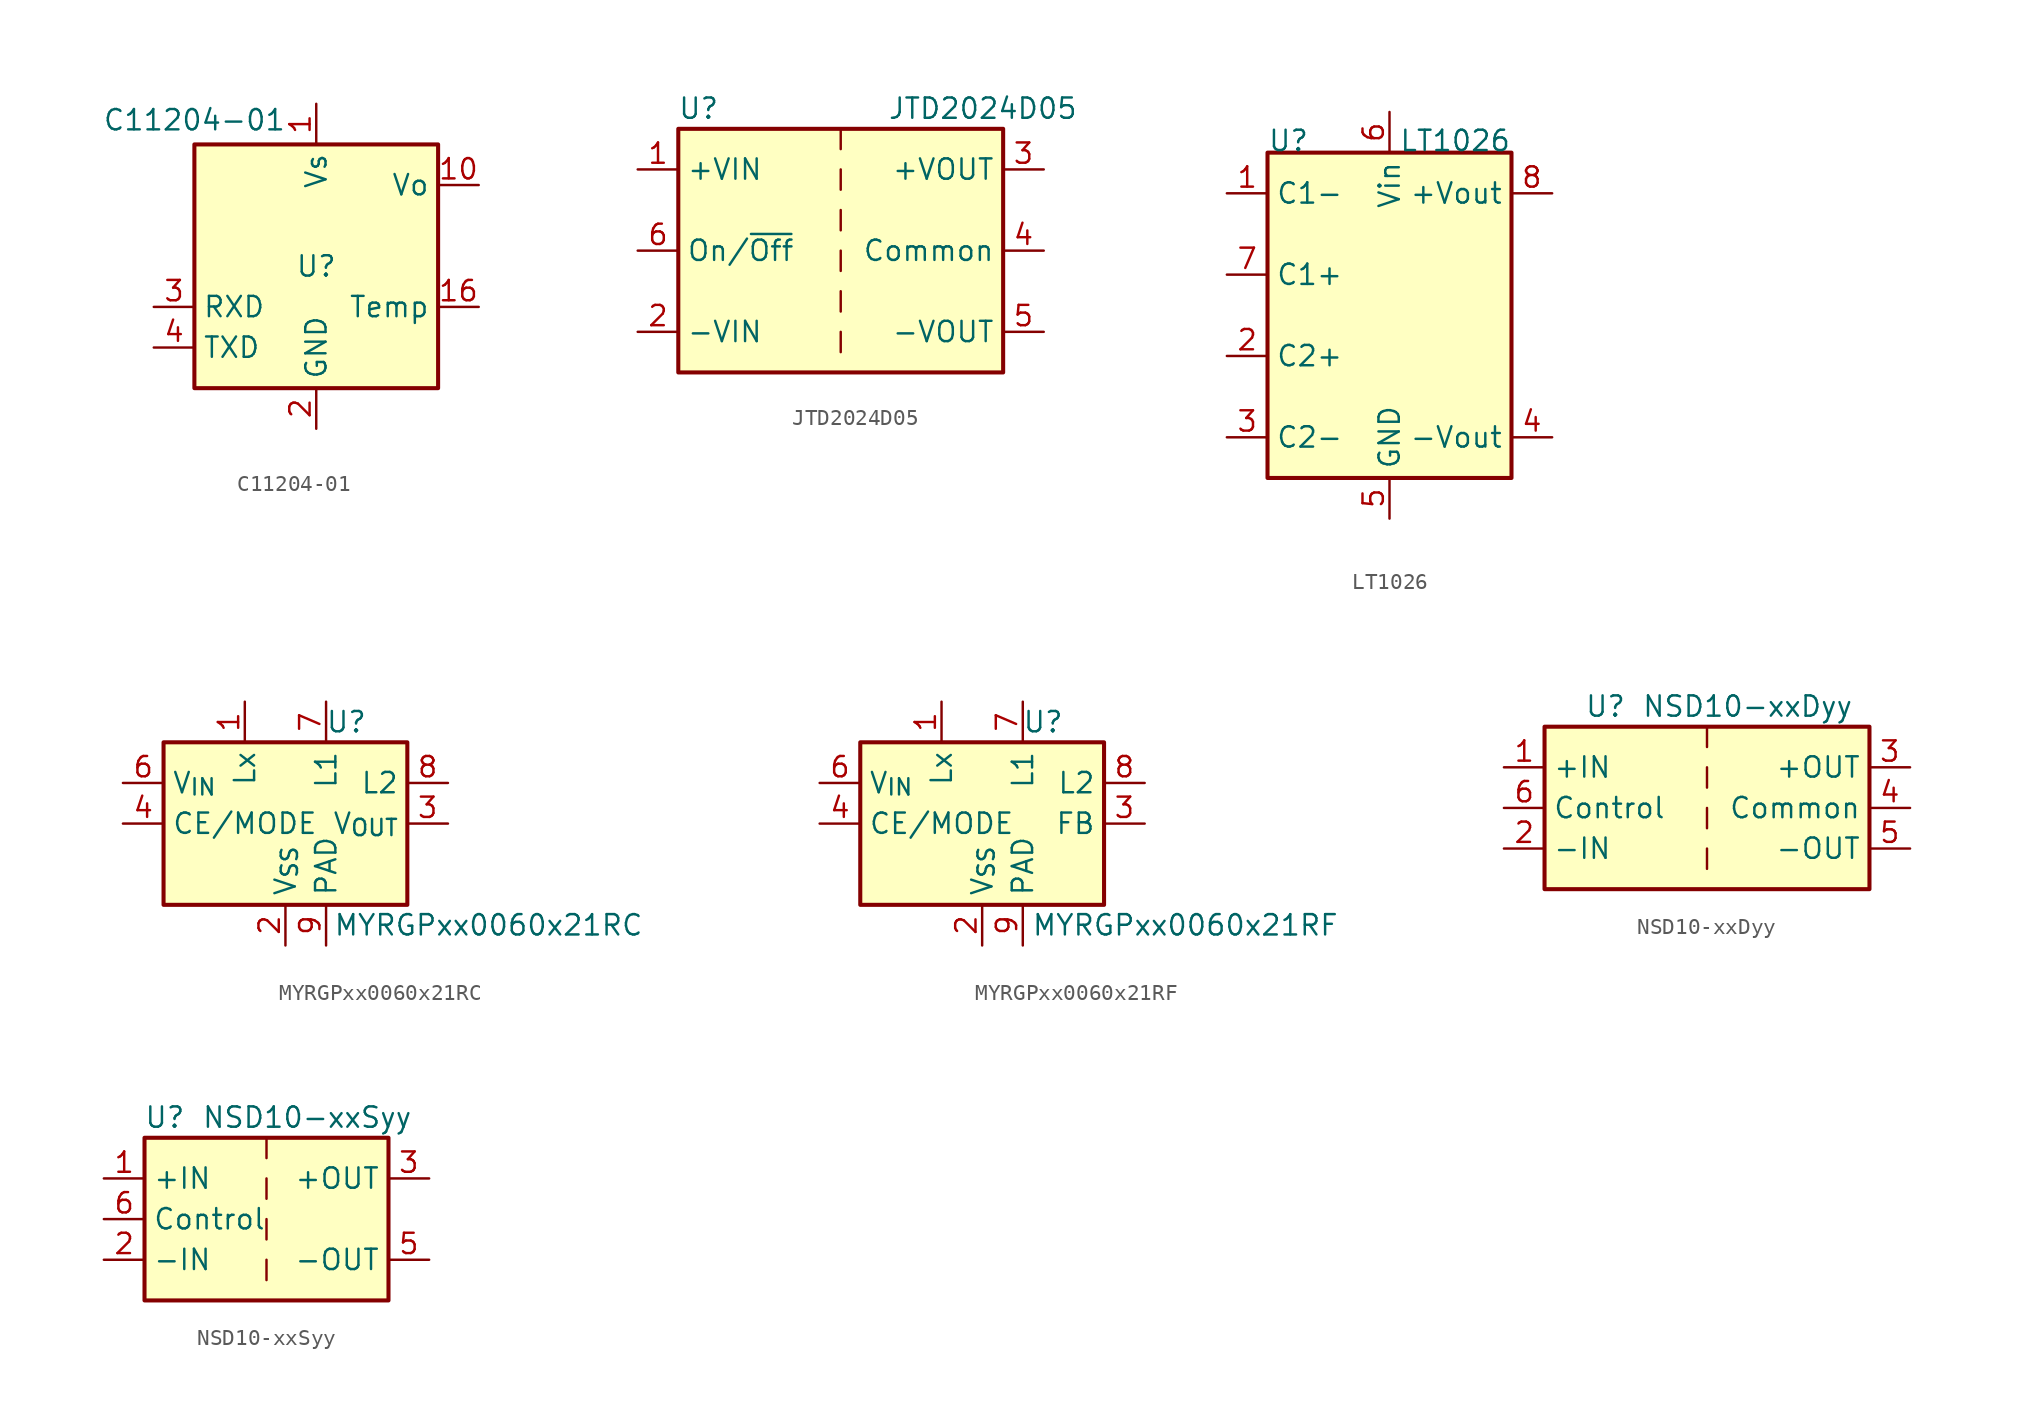
<source format=kicad_sym>
(kicad_symbol_lib
  (version 20241209)
  (generator "kicad_symbol_editor")
  (generator_version "9.0")
  (symbol "C11204-01"
    (property "Reference" "U"
      (at 0 0 0)
      (effects (font (size 1.27 1.27))))
    (property "Value" "C11204-01"
      (at -7.62 9.144 0)
      (effects (font (size 1.27 1.27))))
    (symbol "C11204-01_1_1"
      (rectangle (start -7.62 7.62) (end 7.62 -7.62) (stroke (width 0.254) (type solid)) (fill (type background)))
      (pin input line (at -10.16 -2.54 0) (length 2.54) (name "RXD" (effects (font (size 1.27 1.27)))) (number "3" (effects (font (size 1.27 1.27)))))
      (pin output line (at -10.16 -5.08 0) (length 2.54) (name "TXD" (effects (font (size 1.27 1.27)))) (number "4" (effects (font (size 1.27 1.27)))))
      (pin no_connect line (at -7.62 -10.16 90) (length 2.54) (hide yes) (name "NC" (effects (font (size 1.27 1.27)))) (number "6" (effects (font (size 1.27 1.27)))))
      (pin no_connect line (at -5.08 -10.16 90) (length 2.54) (hide yes) (name "NC" (effects (font (size 1.27 1.27)))) (number "7" (effects (font (size 1.27 1.27)))))
      (pin no_connect line (at -2.54 -10.16 90) (length 2.54) (hide yes) (name "NC" (effects (font (size 1.27 1.27)))) (number "11" (effects (font (size 1.27 1.27)))))
      (pin power_in line (at 0 10.16 270) (length 2.54) (name "Vs" (effects (font (size 1.27 1.27)))) (number "1" (effects (font (size 1.27 1.27)))))
      (pin passive line (at 0 -10.16 90) (length 2.54) (hide yes) (name "GND" (effects (font (size 1.27 1.27)))) (number "15" (effects (font (size 1.27 1.27)))))
      (pin power_in line (at 0 -10.16 90) (length 2.54) (name "GND" (effects (font (size 1.27 1.27)))) (number "2" (effects (font (size 1.27 1.27)))))
      (pin passive line (at 0 -10.16 90) (length 2.54) (hide yes) (name "GND" (effects (font (size 1.27 1.27)))) (number "5" (effects (font (size 1.27 1.27)))))
      (pin passive line (at 0 -10.16 90) (length 2.54) (hide yes) (name "GND" (effects (font (size 1.27 1.27)))) (number "8" (effects (font (size 1.27 1.27)))))
      (pin no_connect line (at 2.54 -10.16 90) (length 2.54) (hide yes) (name "NC" (effects (font (size 1.27 1.27)))) (number "12" (effects (font (size 1.27 1.27)))))
      (pin no_connect line (at 5.08 -10.16 90) (length 2.54) (hide yes) (name "NC" (effects (font (size 1.27 1.27)))) (number "13" (effects (font (size 1.27 1.27)))))
      (pin no_connect line (at 7.62 -10.16 90) (length 2.54) (hide yes) (name "NC" (effects (font (size 1.27 1.27)))) (number "14" (effects (font (size 1.27 1.27)))))
      (pin power_out line (at 10.16 5.08 180) (length 2.54) (name "Vo" (effects (font (size 1.27 1.27)))) (number "10" (effects (font (size 1.27 1.27)))))
      (pin no_connect line (at 10.16 2.54 180) (length 2.54) (hide yes) (name "NC" (effects (font (size 1.27 1.27)))) (number "9" (effects (font (size 1.27 1.27)))))
      (pin input line (at 10.16 -2.54 180) (length 2.54) (name "Temp" (effects (font (size 1.27 1.27)))) (number "16" (effects (font (size 1.27 1.27)))))))
  (symbol "JTD2024D05"
    (property "Reference" "U"
      (at -8.89 8.89 0)
      (effects (font (size 1.27 1.27))))
    (property "Value" "JTD2024D05"
      (at 8.89 8.89 0)
      (effects (font (size 1.27 1.27))))
    (symbol "JTD2024D05_0_1"
      (rectangle (start -10.16 7.62) (end 10.16 -7.62) (stroke (width 0.254) (type default)) (fill (type background)))
      (polyline (pts (xy 0 7.62) (xy 0 6.35)) (stroke (width 0) (type default)) (fill (type none)))
      (polyline (pts (xy 0 5.08) (xy 0 3.81)) (stroke (width 0) (type default)) (fill (type none)))
      (polyline (pts (xy 0 2.54) (xy 0 1.27)) (stroke (width 0) (type default)) (fill (type none)))
      (polyline (pts (xy 0 0) (xy 0 -1.27)) (stroke (width 0) (type default)) (fill (type none)))
      (polyline (pts (xy 0 -2.54) (xy 0 -3.81)) (stroke (width 0) (type default)) (fill (type none)))
      (polyline (pts (xy 0 -5.08) (xy 0 -6.35)) (stroke (width 0) (type default)) (fill (type none))))
    (symbol "JTD2024D05_1_1"
      (pin power_in line (at -12.7 5.08 0) (length 2.54) (name "+VIN" (effects (font (size 1.27 1.27)))) (number "1" (effects (font (size 1.27 1.27)))))
      (pin input line (at -12.7 0 0) (length 2.54) (name "On/~{Off}" (effects (font (size 1.27 1.27)))) (number "6" (effects (font (size 1.27 1.27)))))
      (pin power_in line (at -12.7 -5.08 0) (length 2.54) (name "-VIN" (effects (font (size 1.27 1.27)))) (number "2" (effects (font (size 1.27 1.27)))))
      (pin power_out line (at 12.7 5.08 180) (length 2.54) (name "+VOUT" (effects (font (size 1.27 1.27)))) (number "3" (effects (font (size 1.27 1.27)))))
      (pin power_out line (at 12.7 0 180) (length 2.54) (name "Common" (effects (font (size 1.27 1.27)))) (number "4" (effects (font (size 1.27 1.27)))))
      (pin power_out line (at 12.7 -5.08 180) (length 2.54) (name "-VOUT" (effects (font (size 1.27 1.27)))) (number "5" (effects (font (size 1.27 1.27)))))))
  (symbol "LT1026"
    (property "Reference" "U"
      (at -7.62 10.16 0)
      (effects (font (size 1.27 1.27)) (justify left bottom)))
    (property "Value" "LT1026"
      (at 7.62 10.16 0)
      (effects (font (size 1.27 1.27)) (justify right bottom)))
    (symbol "LT1026_0_1"
      (rectangle (start -7.62 10.16) (end 7.62 -10.16) (stroke (width 0.254) (type default)) (fill (type background))))
    (symbol "LT1026_1_1"
      (pin passive line (at -10.16 7.62 0) (length 2.54) (name "C1-" (effects (font (size 1.27 1.27)))) (number "1" (effects (font (size 1.27 1.27)))))
      (pin passive line (at -10.16 2.54 0) (length 2.54) (name "C1+" (effects (font (size 1.27 1.27)))) (number "7" (effects (font (size 1.27 1.27)))))
      (pin passive line (at -10.16 -2.54 0) (length 2.54) (name "C2+" (effects (font (size 1.27 1.27)))) (number "2" (effects (font (size 1.27 1.27)))))
      (pin passive line (at -10.16 -7.62 0) (length 2.54) (name "C2-" (effects (font (size 1.27 1.27)))) (number "3" (effects (font (size 1.27 1.27)))))
      (pin power_in line (at 0 12.7 270) (length 2.54) (name "Vin" (effects (font (size 1.27 1.27)))) (number "6" (effects (font (size 1.27 1.27)))))
      (pin power_in line (at 0 -12.7 90) (length 2.54) (name "GND" (effects (font (size 1.27 1.27)))) (number "5" (effects (font (size 1.27 1.27)))))
      (pin power_out line (at 10.16 7.62 180) (length 2.54) (name "+Vout" (effects (font (size 1.27 1.27)))) (number "8" (effects (font (size 1.27 1.27)))))
      (pin power_out line (at 10.16 -7.62 180) (length 2.54) (name "-Vout" (effects (font (size 1.27 1.27)))) (number "4" (effects (font (size 1.27 1.27)))))))
  (symbol "MYRGPxx0060x21RC"
    (property "Reference" "U"
      (at 3.81 6.35 0)
      (effects (font (size 1.27 1.27))))
    (property "Value" "MYRGPxx0060x21RC"
      (at 12.7 -6.35 0)
      (effects (font (size 1.27 1.27))))
    (symbol "MYRGPxx0060x21RC_1_1"
      (rectangle (start -7.62 5.08) (end 7.62 -5.08) (stroke (width 0.254) (type default)) (fill (type background)))
      (pin power_in line (at -10.16 2.54 0) (length 2.54) (name "V_{IN}" (effects (font (size 1.27 1.27)))) (number "6" (effects (font (size 1.27 1.27)))))
      (pin input line (at -10.16 0 0) (length 2.54) (name "CE/MODE" (effects (font (size 1.27 1.27)))) (number "4" (effects (font (size 1.27 1.27)))))
      (pin passive line (at -2.54 7.62 270) (length 2.54) (name "Lx" (effects (font (size 1.27 1.27)))) (number "1" (effects (font (size 1.27 1.27)))))
      (pin power_in line (at 0 -7.62 90) (length 2.54) (name "V_{SS}" (effects (font (size 1.27 1.27)))) (number "2" (effects (font (size 1.27 1.27)))))
      (pin passive line (at 0 -7.62 90) (length 2.54) (hide yes) (name "V_{SS}" (effects (font (size 1.27 1.27)))) (number "5" (effects (font (size 1.27 1.27)))))
      (pin passive line (at 2.54 7.62 270) (length 2.54) (name "L1" (effects (font (size 1.27 1.27)))) (number "7" (effects (font (size 1.27 1.27)))))
      (pin passive line (at 2.54 -7.62 90) (length 2.54) (name "PAD" (effects (font (size 1.27 1.27)))) (number "9" (effects (font (size 1.27 1.27)))))
      (pin passive line (at 10.16 2.54 180) (length 2.54) (name "L2" (effects (font (size 1.27 1.27)))) (number "8" (effects (font (size 1.27 1.27)))))
      (pin power_out line (at 10.16 0 180) (length 2.54) (name "V_{OUT}" (effects (font (size 1.27 1.27)))) (number "3" (effects (font (size 1.27 1.27)))))))
  (symbol "MYRGPxx0060x21RF"
    (property "Reference" "U"
      (at 3.81 6.35 0)
      (effects (font (size 1.27 1.27))))
    (property "Value" "MYRGPxx0060x21RF"
      (at 12.7 -6.35 0)
      (effects (font (size 1.27 1.27))))
    (symbol "MYRGPxx0060x21RF_1_1"
      (rectangle (start -7.62 5.08) (end 7.62 -5.08) (stroke (width 0.254) (type default)) (fill (type background)))
      (pin power_in line (at -10.16 2.54 0) (length 2.54) (name "V_{IN}" (effects (font (size 1.27 1.27)))) (number "6" (effects (font (size 1.27 1.27)))))
      (pin input line (at -10.16 0 0) (length 2.54) (name "CE/MODE" (effects (font (size 1.27 1.27)))) (number "4" (effects (font (size 1.27 1.27)))))
      (pin passive line (at -2.54 7.62 270) (length 2.54) (name "Lx" (effects (font (size 1.27 1.27)))) (number "1" (effects (font (size 1.27 1.27)))))
      (pin power_in line (at 0 -7.62 90) (length 2.54) (name "V_{SS}" (effects (font (size 1.27 1.27)))) (number "2" (effects (font (size 1.27 1.27)))))
      (pin passive line (at 0 -7.62 90) (length 2.54) (hide yes) (name "V_{SS}" (effects (font (size 1.27 1.27)))) (number "5" (effects (font (size 1.27 1.27)))))
      (pin passive line (at 2.54 7.62 270) (length 2.54) (name "L1" (effects (font (size 1.27 1.27)))) (number "7" (effects (font (size 1.27 1.27)))))
      (pin passive line (at 2.54 -7.62 90) (length 2.54) (name "PAD" (effects (font (size 1.27 1.27)))) (number "9" (effects (font (size 1.27 1.27)))))
      (pin passive line (at 10.16 2.54 180) (length 2.54) (name "L2" (effects (font (size 1.27 1.27)))) (number "8" (effects (font (size 1.27 1.27)))))
      (pin input line (at 10.16 0 180) (length 2.54) (name "FB" (effects (font (size 1.27 1.27)))) (number "3" (effects (font (size 1.27 1.27)))))))
  (symbol "NSD10-xxDyy"
    (property "Reference" "U"
      (at -6.35 6.35 0)
      (effects (font (size 1.27 1.27))))
    (property "Value" "NSD10-xxDyy"
      (at 2.54 6.35 0)
      (effects (font (size 1.27 1.27))))
    (symbol "NSD10-xxDyy_0_1"
      (rectangle (start -10.16 5.08) (end 10.16 -5.08) (stroke (width 0.254) (type default)) (fill (type background)))
      (polyline (pts (xy 0 5.08) (xy 0 3.81)) (stroke (width 0) (type default)) (fill (type none)))
      (polyline (pts (xy 0 2.54) (xy 0 1.27)) (stroke (width 0) (type default)) (fill (type none)))
      (polyline (pts (xy 0 0) (xy 0 -1.27)) (stroke (width 0) (type default)) (fill (type none)))
      (polyline (pts (xy 0 -2.54) (xy 0 -3.81)) (stroke (width 0) (type default)) (fill (type none))))
    (symbol "NSD10-xxDyy_1_0"
      (pin power_in line (at -12.7 2.54 0) (length 2.54) (name "+IN" (effects (font (size 1.27 1.27)))) (number "1" (effects (font (size 1.27 1.27)))))
      (pin input line (at -12.7 0 0) (length 2.54) (name "Control" (effects (font (size 1.27 1.27)))) (number "6" (effects (font (size 1.27 1.27)))))
      (pin power_in line (at -12.7 -2.54 0) (length 2.54) (name "-IN" (effects (font (size 1.27 1.27)))) (number "2" (effects (font (size 1.27 1.27)))))
      (pin power_out line (at 12.7 2.54 180) (length 2.54) (name "+OUT" (effects (font (size 1.27 1.27)))) (number "3" (effects (font (size 1.27 1.27)))))
      (pin power_out line (at 12.7 0 180) (length 2.54) (name "Common" (effects (font (size 1.27 1.27)))) (number "4" (effects (font (size 1.27 1.27)))))
      (pin power_out line (at 12.7 -2.54 180) (length 2.54) (name "-OUT" (effects (font (size 1.27 1.27)))) (number "5" (effects (font (size 1.27 1.27)))))))
  (symbol "NSD10-xxSyy"
    (property "Reference" "U"
      (at -6.35 6.35 0)
      (effects (font (size 1.27 1.27))))
    (property "Value" "NSD10-xxSyy"
      (at 2.54 6.35 0)
      (effects (font (size 1.27 1.27))))
    (symbol "NSD10-xxSyy_0_1"
      (rectangle (start -7.62 5.08) (end 7.62 -5.08) (stroke (width 0.254) (type default)) (fill (type background)))
      (polyline (pts (xy 0 5.08) (xy 0 3.81)) (stroke (width 0) (type default)) (fill (type none)))
      (polyline (pts (xy 0 2.54) (xy 0 1.27)) (stroke (width 0) (type default)) (fill (type none)))
      (polyline (pts (xy 0 0) (xy 0 -1.27)) (stroke (width 0) (type default)) (fill (type none)))
      (polyline (pts (xy 0 -2.54) (xy 0 -3.81)) (stroke (width 0) (type default)) (fill (type none))))
    (symbol "NSD10-xxSyy_1_0"
      (pin power_in line (at -10.16 2.54 0) (length 2.54) (name "+IN" (effects (font (size 1.27 1.27)))) (number "1" (effects (font (size 1.27 1.27)))))
      (pin input line (at -10.16 0 0) (length 2.54) (name "Control" (effects (font (size 1.27 1.27)))) (number "6" (effects (font (size 1.27 1.27)))))
      (pin power_in line (at -10.16 -2.54 0) (length 2.54) (name "-IN" (effects (font (size 1.27 1.27)))) (number "2" (effects (font (size 1.27 1.27)))))
      (pin no_connect line (at 0 5.08 270) (length 2.54) (hide yes) (name "NC" (effects (font (size 1.27 1.27)))) (number "4" (effects (font (size 1.27 1.27)))))
      (pin power_out line (at 10.16 2.54 180) (length 2.54) (name "+OUT" (effects (font (size 1.27 1.27)))) (number "3" (effects (font (size 1.27 1.27)))))
      (pin power_out line (at 10.16 -2.54 180) (length 2.54) (name "-OUT" (effects (font (size 1.27 1.27)))) (number "5" (effects (font (size 1.27 1.27))))))))
</source>
